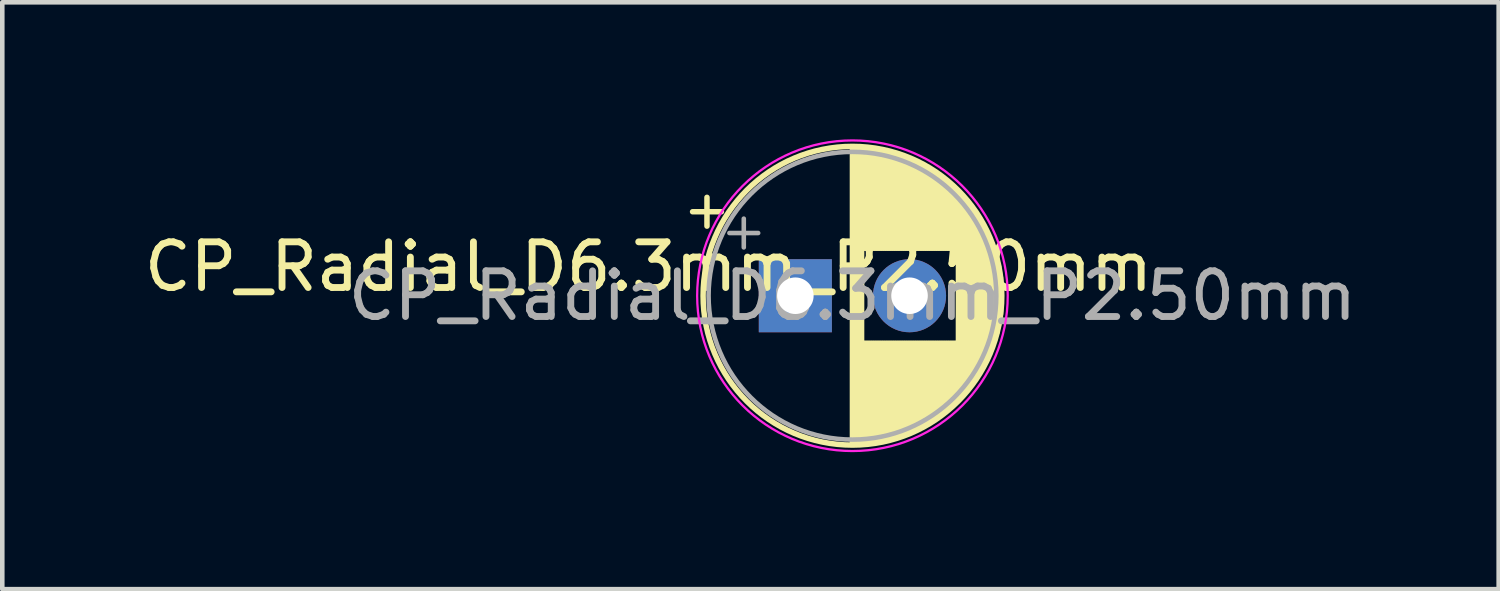
<source format=kicad_pcb>
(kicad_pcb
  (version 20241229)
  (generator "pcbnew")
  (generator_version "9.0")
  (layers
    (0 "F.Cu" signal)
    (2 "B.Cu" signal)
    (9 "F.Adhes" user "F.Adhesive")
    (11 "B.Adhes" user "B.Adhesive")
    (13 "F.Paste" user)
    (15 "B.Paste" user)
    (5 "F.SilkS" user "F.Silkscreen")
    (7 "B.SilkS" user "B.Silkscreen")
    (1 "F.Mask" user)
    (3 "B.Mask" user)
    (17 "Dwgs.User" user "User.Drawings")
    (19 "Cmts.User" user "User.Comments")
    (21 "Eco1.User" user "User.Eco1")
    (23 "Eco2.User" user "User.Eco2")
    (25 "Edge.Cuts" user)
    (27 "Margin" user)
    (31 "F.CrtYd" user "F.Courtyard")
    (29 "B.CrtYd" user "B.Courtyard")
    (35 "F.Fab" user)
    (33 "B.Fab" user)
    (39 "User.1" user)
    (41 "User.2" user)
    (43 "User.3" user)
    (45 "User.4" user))
  (footprint "CP_Radial_D6.3mm_P2.50mm"
    (layer "F.Cu")
    (at 14.364 3.425)
    (property "Reference" "CP_Radial_D6.3mm_P2.50mm" (at -3.215 -0.635 180) (layer "F.SilkS") (effects (font (size 1 1) (thickness 0.15))))
    (attr through_hole)
    (fp_line (start -2.25 -1.839) (end -1.62 -1.839) (stroke (width 0.12) (type solid)) (layer "F.SilkS"))
    (fp_line (start -1.935 -2.154) (end -1.935 -1.524) (stroke (width 0.12) (type solid)) (layer "F.SilkS"))
    (fp_line (start 1.25 -3.23) (end 1.25 3.23) (stroke (width 0.12) (type solid)) (layer "F.SilkS"))
    (fp_line (start 1.29 -3.23) (end 1.29 3.23) (stroke (width 0.12) (type solid)) (layer "F.SilkS"))
    (fp_line (start 1.33 -3.23) (end 1.33 3.23) (stroke (width 0.12) (type solid)) (layer "F.SilkS"))
    (fp_line (start 1.37 -3.228) (end 1.37 3.228) (stroke (width 0.12) (type solid)) (layer "F.SilkS"))
    (fp_line (start 1.41 -3.227) (end 1.41 3.227) (stroke (width 0.12) (type solid)) (layer "F.SilkS"))
    (fp_line (start 1.45 -3.224) (end 1.45 3.224) (stroke (width 0.12) (type solid)) (layer "F.SilkS"))
    (fp_line (start 1.49 -3.222) (end 1.49 -1.04) (stroke (width 0.12) (type solid)) (layer "F.SilkS"))
    (fp_line (start 1.49 1.04) (end 1.49 3.222) (stroke (width 0.12) (type solid)) (layer "F.SilkS"))
    (fp_line (start 1.53 -3.218) (end 1.53 -1.04) (stroke (width 0.12) (type solid)) (layer "F.SilkS"))
    (fp_line (start 1.53 1.04) (end 1.53 3.218) (stroke (width 0.12) (type solid)) (layer "F.SilkS"))
    (fp_line (start 1.57 -3.215) (end 1.57 -1.04) (stroke (width 0.12) (type solid)) (layer "F.SilkS"))
    (fp_line (start 1.57 1.04) (end 1.57 3.215) (stroke (width 0.12) (type solid)) (layer "F.SilkS"))
    (fp_line (start 1.61 -3.211) (end 1.61 -1.04) (stroke (width 0.12) (type solid)) (layer "F.SilkS"))
    (fp_line (start 1.61 1.04) (end 1.61 3.211) (stroke (width 0.12) (type solid)) (layer "F.SilkS"))
    (fp_line (start 1.65 -3.206) (end 1.65 -1.04) (stroke (width 0.12) (type solid)) (layer "F.SilkS"))
    (fp_line (start 1.65 1.04) (end 1.65 3.206) (stroke (width 0.12) (type solid)) (layer "F.SilkS"))
    (fp_line (start 1.69 -3.201) (end 1.69 -1.04) (stroke (width 0.12) (type solid)) (layer "F.SilkS"))
    (fp_line (start 1.69 1.04) (end 1.69 3.201) (stroke (width 0.12) (type solid)) (layer "F.SilkS"))
    (fp_line (start 1.73 -3.195) (end 1.73 -1.04) (stroke (width 0.12) (type solid)) (layer "F.SilkS"))
    (fp_line (start 1.73 1.04) (end 1.73 3.195) (stroke (width 0.12) (type solid)) (layer "F.SilkS"))
    (fp_line (start 1.77 -3.189) (end 1.77 -1.04) (stroke (width 0.12) (type solid)) (layer "F.SilkS"))
    (fp_line (start 1.77 1.04) (end 1.77 3.189) (stroke (width 0.12) (type solid)) (layer "F.SilkS"))
    (fp_line (start 1.81 -3.182) (end 1.81 -1.04) (stroke (width 0.12) (type solid)) (layer "F.SilkS"))
    (fp_line (start 1.81 1.04) (end 1.81 3.182) (stroke (width 0.12) (type solid)) (layer "F.SilkS"))
    (fp_line (start 1.85 -3.175) (end 1.85 -1.04) (stroke (width 0.12) (type solid)) (layer "F.SilkS"))
    (fp_line (start 1.85 1.04) (end 1.85 3.175) (stroke (width 0.12) (type solid)) (layer "F.SilkS"))
    (fp_line (start 1.89 -3.167) (end 1.89 -1.04) (stroke (width 0.12) (type solid)) (layer "F.SilkS"))
    (fp_line (start 1.89 1.04) (end 1.89 3.167) (stroke (width 0.12) (type solid)) (layer "F.SilkS"))
    (fp_line (start 1.93 -3.159) (end 1.93 -1.04) (stroke (width 0.12) (type solid)) (layer "F.SilkS"))
    (fp_line (start 1.93 1.04) (end 1.93 3.159) (stroke (width 0.12) (type solid)) (layer "F.SilkS"))
    (fp_line (start 1.971 -3.15) (end 1.971 -1.04) (stroke (width 0.12) (type solid)) (layer "F.SilkS"))
    (fp_line (start 1.971 1.04) (end 1.971 3.15) (stroke (width 0.12) (type solid)) (layer "F.SilkS"))
    (fp_line (start 2.011 -3.141) (end 2.011 -1.04) (stroke (width 0.12) (type solid)) (layer "F.SilkS"))
    (fp_line (start 2.011 1.04) (end 2.011 3.141) (stroke (width 0.12) (type solid)) (layer "F.SilkS"))
    (fp_line (start 2.051 -3.131) (end 2.051 -1.04) (stroke (width 0.12) (type solid)) (layer "F.SilkS"))
    (fp_line (start 2.051 1.04) (end 2.051 3.131) (stroke (width 0.12) (type solid)) (layer "F.SilkS"))
    (fp_line (start 2.091 -3.121) (end 2.091 -1.04) (stroke (width 0.12) (type solid)) (layer "F.SilkS"))
    (fp_line (start 2.091 1.04) (end 2.091 3.121) (stroke (width 0.12) (type solid)) (layer "F.SilkS"))
    (fp_line (start 2.131 -3.11) (end 2.131 -1.04) (stroke (width 0.12) (type solid)) (layer "F.SilkS"))
    (fp_line (start 2.131 1.04) (end 2.131 3.11) (stroke (width 0.12) (type solid)) (layer "F.SilkS"))
    (fp_line (start 2.171 -3.098) (end 2.171 -1.04) (stroke (width 0.12) (type solid)) (layer "F.SilkS"))
    (fp_line (start 2.171 1.04) (end 2.171 3.098) (stroke (width 0.12) (type solid)) (layer "F.SilkS"))
    (fp_line (start 2.211 -3.086) (end 2.211 -1.04) (stroke (width 0.12) (type solid)) (layer "F.SilkS"))
    (fp_line (start 2.211 1.04) (end 2.211 3.086) (stroke (width 0.12) (type solid)) (layer "F.SilkS"))
    (fp_line (start 2.251 -3.074) (end 2.251 -1.04) (stroke (width 0.12) (type solid)) (layer "F.SilkS"))
    (fp_line (start 2.251 1.04) (end 2.251 3.074) (stroke (width 0.12) (type solid)) (layer "F.SilkS"))
    (fp_line (start 2.291 -3.061) (end 2.291 -1.04) (stroke (width 0.12) (type solid)) (layer "F.SilkS"))
    (fp_line (start 2.291 1.04) (end 2.291 3.061) (stroke (width 0.12) (type solid)) (layer "F.SilkS"))
    (fp_line (start 2.331 -3.047) (end 2.331 -1.04) (stroke (width 0.12) (type solid)) (layer "F.SilkS"))
    (fp_line (start 2.331 1.04) (end 2.331 3.047) (stroke (width 0.12) (type solid)) (layer "F.SilkS"))
    (fp_line (start 2.371 -3.033) (end 2.371 -1.04) (stroke (width 0.12) (type solid)) (layer "F.SilkS"))
    (fp_line (start 2.371 1.04) (end 2.371 3.033) (stroke (width 0.12) (type solid)) (layer "F.SilkS"))
    (fp_line (start 2.411 -3.018) (end 2.411 -1.04) (stroke (width 0.12) (type solid)) (layer "F.SilkS"))
    (fp_line (start 2.411 1.04) (end 2.411 3.018) (stroke (width 0.12) (type solid)) (layer "F.SilkS"))
    (fp_line (start 2.451 -3.002) (end 2.451 -1.04) (stroke (width 0.12) (type solid)) (layer "F.SilkS"))
    (fp_line (start 2.451 1.04) (end 2.451 3.002) (stroke (width 0.12) (type solid)) (layer "F.SilkS"))
    (fp_line (start 2.491 -2.986) (end 2.491 -1.04) (stroke (width 0.12) (type solid)) (layer "F.SilkS"))
    (fp_line (start 2.491 1.04) (end 2.491 2.986) (stroke (width 0.12) (type solid)) (layer "F.SilkS"))
    (fp_line (start 2.531 -2.97) (end 2.531 -1.04) (stroke (width 0.12) (type solid)) (layer "F.SilkS"))
    (fp_line (start 2.531 1.04) (end 2.531 2.97) (stroke (width 0.12) (type solid)) (layer "F.SilkS"))
    (fp_line (start 2.571 -2.952) (end 2.571 -1.04) (stroke (width 0.12) (type solid)) (layer "F.SilkS"))
    (fp_line (start 2.571 1.04) (end 2.571 2.952) (stroke (width 0.12) (type solid)) (layer "F.SilkS"))
    (fp_line (start 2.611 -2.934) (end 2.611 -1.04) (stroke (width 0.12) (type solid)) (layer "F.SilkS"))
    (fp_line (start 2.611 1.04) (end 2.611 2.934) (stroke (width 0.12) (type solid)) (layer "F.SilkS"))
    (fp_line (start 2.651 -2.916) (end 2.651 -1.04) (stroke (width 0.12) (type solid)) (layer "F.SilkS"))
    (fp_line (start 2.651 1.04) (end 2.651 2.916) (stroke (width 0.12) (type solid)) (layer "F.SilkS"))
    (fp_line (start 2.691 -2.896) (end 2.691 -1.04) (stroke (width 0.12) (type solid)) (layer "F.SilkS"))
    (fp_line (start 2.691 1.04) (end 2.691 2.896) (stroke (width 0.12) (type solid)) (layer "F.SilkS"))
    (fp_line (start 2.731 -2.876) (end 2.731 -1.04) (stroke (width 0.12) (type solid)) (layer "F.SilkS"))
    (fp_line (start 2.731 1.04) (end 2.731 2.876) (stroke (width 0.12) (type solid)) (layer "F.SilkS"))
    (fp_line (start 2.771 -2.856) (end 2.771 -1.04) (stroke (width 0.12) (type solid)) (layer "F.SilkS"))
    (fp_line (start 2.771 1.04) (end 2.771 2.856) (stroke (width 0.12) (type solid)) (layer "F.SilkS"))
    (fp_line (start 2.811 -2.834) (end 2.811 -1.04) (stroke (width 0.12) (type solid)) (layer "F.SilkS"))
    (fp_line (start 2.811 1.04) (end 2.811 2.834) (stroke (width 0.12) (type solid)) (layer "F.SilkS"))
    (fp_line (start 2.851 -2.812) (end 2.851 -1.04) (stroke (width 0.12) (type solid)) (layer "F.SilkS"))
    (fp_line (start 2.851 1.04) (end 2.851 2.812) (stroke (width 0.12) (type solid)) (layer "F.SilkS"))
    (fp_line (start 2.891 -2.79) (end 2.891 -1.04) (stroke (width 0.12) (type solid)) (layer "F.SilkS"))
    (fp_line (start 2.891 1.04) (end 2.891 2.79) (stroke (width 0.12) (type solid)) (layer "F.SilkS"))
    (fp_line (start 2.931 -2.766) (end 2.931 -1.04) (stroke (width 0.12) (type solid)) (layer "F.SilkS"))
    (fp_line (start 2.931 1.04) (end 2.931 2.766) (stroke (width 0.12) (type solid)) (layer "F.SilkS"))
    (fp_line (start 2.971 -2.742) (end 2.971 -1.04) (stroke (width 0.12) (type solid)) (layer "F.SilkS"))
    (fp_line (start 2.971 1.04) (end 2.971 2.742) (stroke (width 0.12) (type solid)) (layer "F.SilkS"))
    (fp_line (start 3.011 -2.716) (end 3.011 -1.04) (stroke (width 0.12) (type solid)) (layer "F.SilkS"))
    (fp_line (start 3.011 1.04) (end 3.011 2.716) (stroke (width 0.12) (type solid)) (layer "F.SilkS"))
    (fp_line (start 3.051 -2.69) (end 3.051 -1.04) (stroke (width 0.12) (type solid)) (layer "F.SilkS"))
    (fp_line (start 3.051 1.04) (end 3.051 2.69) (stroke (width 0.12) (type solid)) (layer "F.SilkS"))
    (fp_line (start 3.091 -2.664) (end 3.091 -1.04) (stroke (width 0.12) (type solid)) (layer "F.SilkS"))
    (fp_line (start 3.091 1.04) (end 3.091 2.664) (stroke (width 0.12) (type solid)) (layer "F.SilkS"))
    (fp_line (start 3.131 -2.636) (end 3.131 -1.04) (stroke (width 0.12) (type solid)) (layer "F.SilkS"))
    (fp_line (start 3.131 1.04) (end 3.131 2.636) (stroke (width 0.12) (type solid)) (layer "F.SilkS"))
    (fp_line (start 3.171 -2.607) (end 3.171 -1.04) (stroke (width 0.12) (type solid)) (layer "F.SilkS"))
    (fp_line (start 3.171 1.04) (end 3.171 2.607) (stroke (width 0.12) (type solid)) (layer "F.SilkS"))
    (fp_line (start 3.211 -2.578) (end 3.211 -1.04) (stroke (width 0.12) (type solid)) (layer "F.SilkS"))
    (fp_line (start 3.211 1.04) (end 3.211 2.578) (stroke (width 0.12) (type solid)) (layer "F.SilkS"))
    (fp_line (start 3.251 -2.548) (end 3.251 -1.04) (stroke (width 0.12) (type solid)) (layer "F.SilkS"))
    (fp_line (start 3.251 1.04) (end 3.251 2.548) (stroke (width 0.12) (type solid)) (layer "F.SilkS"))
    (fp_line (start 3.291 -2.516) (end 3.291 -1.04) (stroke (width 0.12) (type solid)) (layer "F.SilkS"))
    (fp_line (start 3.291 1.04) (end 3.291 2.516) (stroke (width 0.12) (type solid)) (layer "F.SilkS"))
    (fp_line (start 3.331 -2.484) (end 3.331 -1.04) (stroke (width 0.12) (type solid)) (layer "F.SilkS"))
    (fp_line (start 3.331 1.04) (end 3.331 2.484) (stroke (width 0.12) (type solid)) (layer "F.SilkS"))
    (fp_line (start 3.371 -2.45) (end 3.371 -1.04) (stroke (width 0.12) (type solid)) (layer "F.SilkS"))
    (fp_line (start 3.371 1.04) (end 3.371 2.45) (stroke (width 0.12) (type solid)) (layer "F.SilkS"))
    (fp_line (start 3.411 -2.416) (end 3.411 -1.04) (stroke (width 0.12) (type solid)) (layer "F.SilkS"))
    (fp_line (start 3.411 1.04) (end 3.411 2.416) (stroke (width 0.12) (type solid)) (layer "F.SilkS"))
    (fp_line (start 3.451 -2.38) (end 3.451 -1.04) (stroke (width 0.12) (type solid)) (layer "F.SilkS"))
    (fp_line (start 3.451 1.04) (end 3.451 2.38) (stroke (width 0.12) (type solid)) (layer "F.SilkS"))
    (fp_line (start 3.491 -2.343) (end 3.491 -1.04) (stroke (width 0.12) (type solid)) (layer "F.SilkS"))
    (fp_line (start 3.491 1.04) (end 3.491 2.343) (stroke (width 0.12) (type solid)) (layer "F.SilkS"))
    (fp_line (start 3.531 -2.305) (end 3.531 -1.04) (stroke (width 0.12) (type solid)) (layer "F.SilkS"))
    (fp_line (start 3.531 1.04) (end 3.531 2.305) (stroke (width 0.12) (type solid)) (layer "F.SilkS"))
    (fp_line (start 3.571 -2.265) (end 3.571 2.265) (stroke (width 0.12) (type solid)) (layer "F.SilkS"))
    (fp_line (start 3.611 -2.224) (end 3.611 2.224) (stroke (width 0.12) (type solid)) (layer "F.SilkS"))
    (fp_line (start 3.651 -2.182) (end 3.651 2.182) (stroke (width 0.12) (type solid)) (layer "F.SilkS"))
    (fp_line (start 3.691 -2.137) (end 3.691 2.137) (stroke (width 0.12) (type solid)) (layer "F.SilkS"))
    (fp_line (start 3.731 -2.092) (end 3.731 2.092) (stroke (width 0.12) (type solid)) (layer "F.SilkS"))
    (fp_line (start 3.771 -2.044) (end 3.771 2.044) (stroke (width 0.12) (type solid)) (layer "F.SilkS"))
    (fp_line (start 3.811 -1.995) (end 3.811 1.995) (stroke (width 0.12) (type solid)) (layer "F.SilkS"))
    (fp_line (start 3.851 -1.944) (end 3.851 1.944) (stroke (width 0.12) (type solid)) (layer "F.SilkS"))
    (fp_line (start 3.891 -1.89) (end 3.891 1.89) (stroke (width 0.12) (type solid)) (layer "F.SilkS"))
    (fp_line (start 3.931 -1.834) (end 3.931 1.834) (stroke (width 0.12) (type solid)) (layer "F.SilkS"))
    (fp_line (start 3.971 -1.776) (end 3.971 1.776) (stroke (width 0.12) (type solid)) (layer "F.SilkS"))
    (fp_line (start 4.011 -1.714) (end 4.011 1.714) (stroke (width 0.12) (type solid)) (layer "F.SilkS"))
    (fp_line (start 4.051 -1.65) (end 4.051 1.65) (stroke (width 0.12) (type solid)) (layer "F.SilkS"))
    (fp_line (start 4.091 -1.581) (end 4.091 1.581) (stroke (width 0.12) (type solid)) (layer "F.SilkS"))
    (fp_line (start 4.131 -1.509) (end 4.131 1.509) (stroke (width 0.12) (type solid)) (layer "F.SilkS"))
    (fp_line (start 4.171 -1.432) (end 4.171 1.432) (stroke (width 0.12) (type solid)) (layer "F.SilkS"))
    (fp_line (start 4.211 -1.35) (end 4.211 1.35) (stroke (width 0.12) (type solid)) (layer "F.SilkS"))
    (fp_line (start 4.251 -1.262) (end 4.251 1.262) (stroke (width 0.12) (type solid)) (layer "F.SilkS"))
    (fp_line (start 4.291 -1.165) (end 4.291 1.165) (stroke (width 0.12) (type solid)) (layer "F.SilkS"))
    (fp_line (start 4.331 -1.059) (end 4.331 1.059) (stroke (width 0.12) (type solid)) (layer "F.SilkS"))
    (fp_line (start 4.371 -0.94) (end 4.371 0.94) (stroke (width 0.12) (type solid)) (layer "F.SilkS"))
    (fp_line (start 4.411 -0.802) (end 4.411 0.802) (stroke (width 0.12) (type solid)) (layer "F.SilkS"))
    (fp_line (start 4.451 -0.633) (end 4.451 0.633) (stroke (width 0.12) (type solid)) (layer "F.SilkS"))
    (fp_line (start 4.491 -0.402) (end 4.491 0.402) (stroke (width 0.12) (type solid)) (layer "F.SilkS"))
    (fp_circle (center 1.25 0) (end 4.52 0) (stroke (width 0.12) (type solid)) (fill no) (layer "F.SilkS"))
    (fp_circle (center 1.25 0) (end 4.65 0) (stroke (width 0.05) (type solid)) (fill no) (layer "F.CrtYd"))
    (fp_line (start -1.444 -1.373) (end -0.814 -1.373) (stroke (width 0.1) (type solid)) (layer "F.Fab"))
    (fp_line (start -1.129 -1.688) (end -1.129 -1.058) (stroke (width 0.1) (type solid)) (layer "F.Fab"))
    (fp_circle (center 1.25 0) (end 4.4 0) (stroke (width 0.1) (type solid)) (fill no) (layer "F.Fab"))
    (fp_text user "${REFERENCE}" (at 1.25 0 180) (layer "F.Fab") (effects (font (size 1 1) (thickness 0.15))))
    (pad "1" thru_hole rect (at 0 0) (size 1.6 1.6) (drill 0.8) (layers "*.Cu" "*.Mask"))
    (pad "2" thru_hole circle (at 2.5 0) (size 1.6 1.6) (drill 0.8) (layers "*.Cu" "*.Mask")))
  (gr_rect
    (start -3 -3)
    (end 29.763 9.85)
    (stroke (width 0.1) (type default))
    (fill no)
    (layer "Edge.Cuts")))
</source>
